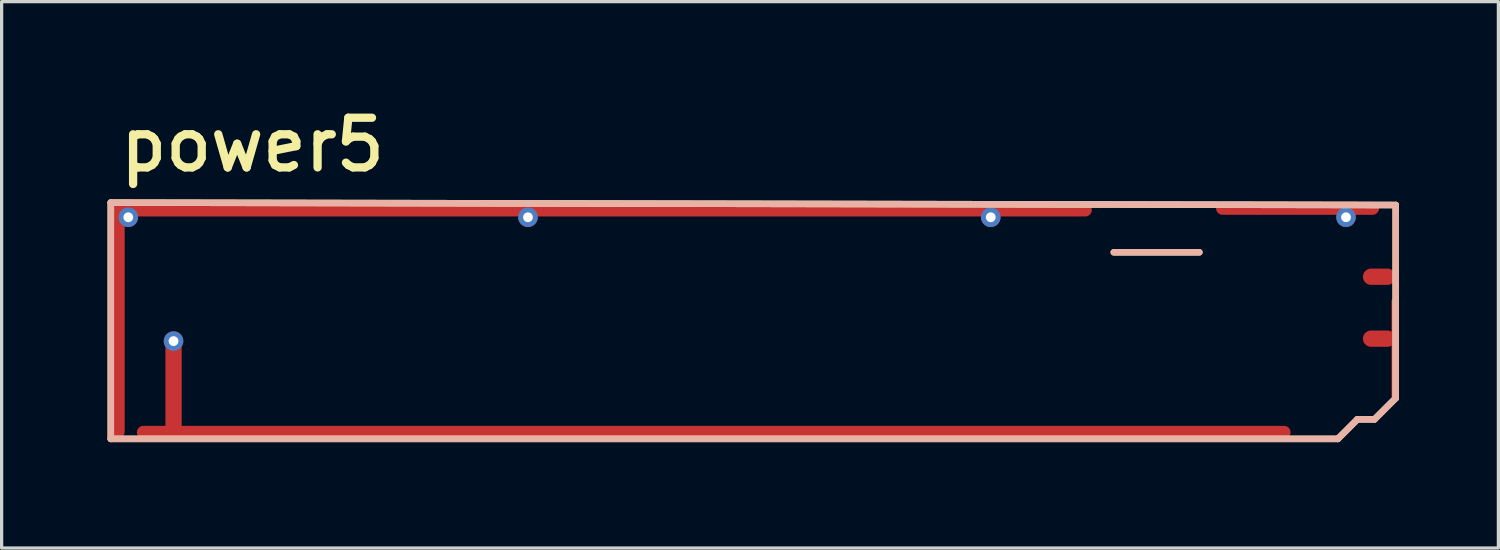
<source format=kicad_pcb>
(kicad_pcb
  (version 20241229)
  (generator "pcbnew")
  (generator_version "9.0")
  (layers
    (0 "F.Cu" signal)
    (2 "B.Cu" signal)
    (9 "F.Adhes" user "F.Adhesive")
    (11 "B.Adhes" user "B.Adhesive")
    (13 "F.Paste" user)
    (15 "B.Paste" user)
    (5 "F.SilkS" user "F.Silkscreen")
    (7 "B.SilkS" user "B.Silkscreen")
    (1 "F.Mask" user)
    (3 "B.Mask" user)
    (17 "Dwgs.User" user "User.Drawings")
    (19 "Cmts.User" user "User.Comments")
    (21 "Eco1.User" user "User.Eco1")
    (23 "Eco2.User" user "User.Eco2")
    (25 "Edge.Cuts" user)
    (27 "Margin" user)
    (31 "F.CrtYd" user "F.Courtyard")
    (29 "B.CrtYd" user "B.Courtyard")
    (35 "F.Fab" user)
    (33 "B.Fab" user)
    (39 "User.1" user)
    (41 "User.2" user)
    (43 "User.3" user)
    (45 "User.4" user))
  (footprint "power5"
    (layer "F.Cu")
    (at 0.25 10.516)
    (property "Reference" "power5" (at 0.254 -8.23 0) (unlocked yes) (layer "F.SilkS") (effects (font (size 1.524 1.524) (thickness 0.254)) (justify left bottom)))
    (attr through_hole)
    (fp_line (start 0.1 -7.35) (end 39.525 -7.275) (stroke (width 0.2) (type solid)) (layer "F.SilkS"))
    (fp_line (start 0.1 -0.1) (end 0.1 -7.35) (stroke (width 0.2) (type solid)) (layer "F.SilkS"))
    (fp_line (start 0.1 -0.1) (end 37.75 -0.1) (stroke (width 0.2) (type solid)) (layer "F.SilkS"))
    (fp_line (start 30.875 -5.825) (end 33.5 -5.825) (stroke (width 0.2) (type solid)) (layer "F.SilkS"))
    (fp_line (start 37.75 -0.1) (end 38.35 -0.7) (stroke (width 0.2) (type solid)) (layer "F.SilkS"))
    (fp_line (start 38.35 -0.7) (end 38.875 -0.7) (stroke (width 0.2) (type solid)) (layer "F.SilkS"))
    (fp_line (start 38.875 -0.7) (end 39.525 -1.35) (stroke (width 0.2) (type solid)) (layer "F.SilkS"))
    (fp_line (start 39.525 -1.35) (end 39.525 -7.275) (stroke (width 0.2) (type solid)) (layer "F.SilkS"))
    (fp_line (start 0.1 -7.35) (end 39.525 -7.275) (stroke (width 0.2) (type solid)) (layer "B.SilkS"))
    (fp_line (start 0.1 -0.1) (end 0.1 -7.35) (stroke (width 0.2) (type solid)) (layer "B.SilkS"))
    (fp_line (start 0.1 -0.1) (end 37.75 -0.1) (stroke (width 0.2) (type solid)) (layer "B.SilkS"))
    (fp_line (start 30.875 -5.825) (end 33.5 -5.825) (stroke (width 0.2) (type solid)) (layer "B.SilkS"))
    (fp_line (start 37.75 -0.1) (end 38.35 -0.7) (stroke (width 0.2) (type solid)) (layer "B.SilkS"))
    (fp_line (start 38.35 -0.7) (end 38.875 -0.7) (stroke (width 0.2) (type solid)) (layer "B.SilkS"))
    (fp_line (start 38.875 -0.7) (end 39.525 -1.35) (stroke (width 0.2) (type solid)) (layer "B.SilkS"))
    (fp_line (start 39.525 -1.35) (end 39.525 -7.275) (stroke (width 0.2) (type solid)) (layer "B.SilkS"))
    (pad "G" smd oval (at 0.325 -3.719 180) (size 0.4 7.2) (layers "F.Cu" "F.Paste"))
    (pad "G" thru_hole circle (at 0.637 -6.9) (size 0.6 0.6) (drill 0.3) (layers "*.Cu" "*.Mask"))
    (pad "G" thru_hole circle (at 12.9 -6.9) (size 0.6 0.6) (drill 0.3) (layers "*.Cu" "*.Mask"))
    (pad "G" smd oval (at 15.2 -7.125 90) (size 0.4 30) (layers "F.Cu" "F.Paste"))
    (pad "G" thru_hole circle (at 27.1 -6.9) (size 0.6 0.6) (drill 0.3) (layers "*.Cu" "*.Mask"))
    (pad "G" smd oval (at 36.513 -7.175 270) (size 0.4 5) (layers "F.Cu" "F.Paste"))
    (pad "G" thru_hole circle (at 38 -6.9) (size 0.6 0.6) (drill 0.3) (layers "*.Cu" "*.Mask"))
    (pad "G" smd oval (at 39.02 -3.175) (size 1 0.5) (layers "F.Cu" "F.Mask" "F.Paste"))
    (pad "G" smd oval (at 39.495 -2.875) (size 0.2 3.1) (layers "F.Cu" "F.Paste"))
    (pad "V1" smd oval (at 39.02 -5.075) (size 1 0.5) (layers "F.Cu" "F.Mask" "F.Paste"))
    (pad "V2" thru_hole circle (at 2.025 -3.1) (size 0.6 0.6) (drill 0.3) (layers "*.Cu" "*.Mask"))
    (pad "V2" smd oval (at 2.025 -1.717 180) (size 0.5 3) (layers "F.Cu" "F.Paste"))
    (pad "V2" smd oval (at 18.6 -0.3 90) (size 0.4 35.4) (layers "F.Cu" "F.Paste"))
    (zone (net_name "") (layer "F.Cu") (hatch edge 0.2) (connect_pads) (min_thickness 0.254) (filled_areas_thickness no) (keepout (tracks allowed) (vias allowed) (pads allowed) (copperpour not_allowed) (footprints allowed)) (placement (enabled no)) (fill) (polygon (pts (xy 30.831 3.266) (xy 34.189 3.266) (xy 34.189 3.503) (xy 34.22 3.535) (xy 33.975 4.266) (xy 33.45 4.641) (xy 32.05 4.566) (xy 31.476 4.48) (xy 31.09 3.915))))
    (zone (net_name "") (layer "F.Cu") (hatch edge 0.2) (connect_pads) (min_thickness 0.254) (filled_areas_thickness no) (keepout (tracks allowed) (vias allowed) (pads allowed) (copperpour not_allowed) (footprints allowed)) (placement (enabled no)) (fill) (polygon (pts (xy 0.575 10.116) (xy 0.575 10.091) (xy 0.6 3.441) (xy 0.656 3.385) (xy 18.05 3.385) (xy 22.768 3.383) (xy 22.9 3.385) (xy 22.925 3.385) (xy 30.65 3.366) (xy 30.7 3.316) (xy 30.7 3.041) (xy 34.325 3.041) (xy 34.425 3.141) (xy 34.425 3.366) (xy 39.025 3.366) (xy 39.3 3.091) (xy 39.925 3.091) (xy 39.925 6.138) (xy 39.725 6.141) (xy 39.725 6.161) (xy 39.71 6.176) (xy 39.71 9.368) (xy 39.181 9.897) (xy 38.675 9.897) (xy 38.261 10.311) (xy 36.445 10.311) (xy 36.25 10.116)))))
  (gr_rect
    (start -3 -3)
    (end 42.925 13.766)
    (stroke (width 0.1) (type default))
    (fill no)
    (layer "Edge.Cuts")))
</source>
